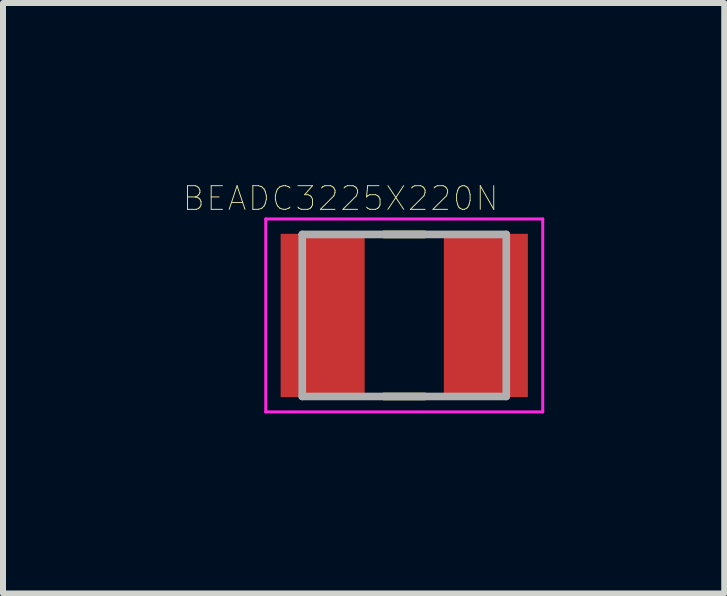
<source format=kicad_pcb>
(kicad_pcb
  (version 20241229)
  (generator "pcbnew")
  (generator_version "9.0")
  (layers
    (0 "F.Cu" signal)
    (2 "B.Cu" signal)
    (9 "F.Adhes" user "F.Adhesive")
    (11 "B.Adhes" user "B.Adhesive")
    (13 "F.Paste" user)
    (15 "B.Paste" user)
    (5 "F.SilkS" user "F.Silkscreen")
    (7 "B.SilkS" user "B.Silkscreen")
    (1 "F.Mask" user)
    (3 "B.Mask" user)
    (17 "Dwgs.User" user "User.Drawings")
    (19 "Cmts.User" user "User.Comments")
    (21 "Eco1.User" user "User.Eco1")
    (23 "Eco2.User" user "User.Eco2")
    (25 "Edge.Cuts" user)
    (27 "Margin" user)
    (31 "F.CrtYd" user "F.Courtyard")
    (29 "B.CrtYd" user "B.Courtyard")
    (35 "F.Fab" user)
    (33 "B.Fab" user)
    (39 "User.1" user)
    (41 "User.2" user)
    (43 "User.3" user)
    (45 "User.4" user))
  (footprint "BEADC3225X220N"
    (layer "F.Cu")
    (at 3.687 2.207)
    (property "Reference" "BEADC3225X220N" (at -1.06 -1.95 0) (layer "F.SilkS") (effects (font (size 0.394 0.394) (thickness 0.015))))
    (attr through_hole)
    (fp_line (start -0.34 -1.35) (end 0.34 -1.35) (stroke (width 0.127) (type solid)) (layer "F.SilkS"))
    (fp_line (start -0.34 1.35) (end 0.34 1.35) (stroke (width 0.127) (type solid)) (layer "F.SilkS"))
    (fp_line (start -2.308 -1.608) (end 2.308 -1.608) (stroke (width 0.05) (type solid)) (layer "F.CrtYd"))
    (fp_line (start -2.308 1.608) (end -2.308 -1.608) (stroke (width 0.05) (type solid)) (layer "F.CrtYd"))
    (fp_line (start -2.308 1.608) (end 2.308 1.608) (stroke (width 0.05) (type solid)) (layer "F.CrtYd"))
    (fp_line (start 2.308 1.608) (end 2.308 -1.608) (stroke (width 0.05) (type solid)) (layer "F.CrtYd"))
    (fp_line (start -1.7 1.35) (end -1.7 -1.35) (stroke (width 0.127) (type solid)) (layer "F.Fab"))
    (fp_line (start 1.7 -1.35) (end -1.7 -1.35) (stroke (width 0.127) (type solid)) (layer "F.Fab"))
    (fp_line (start 1.7 1.35) (end -1.7 1.35) (stroke (width 0.127) (type solid)) (layer "F.Fab"))
    (fp_line (start 1.7 1.35) (end 1.7 -1.35) (stroke (width 0.127) (type solid)) (layer "F.Fab"))
    (pad "1" smd rect (at -1.36 0) (size 1.4 2.72) (layers "F.Cu" "F.Mask" "F.Paste"))
    (pad "2" smd rect (at 1.36 0) (size 1.4 2.72) (layers "F.Cu" "F.Mask" "F.Paste")))
  (gr_rect
    (start -3 -3)
    (end 9.02 6.84)
    (stroke (width 0.1) (type default))
    (fill no)
    (layer "Edge.Cuts")))
</source>
